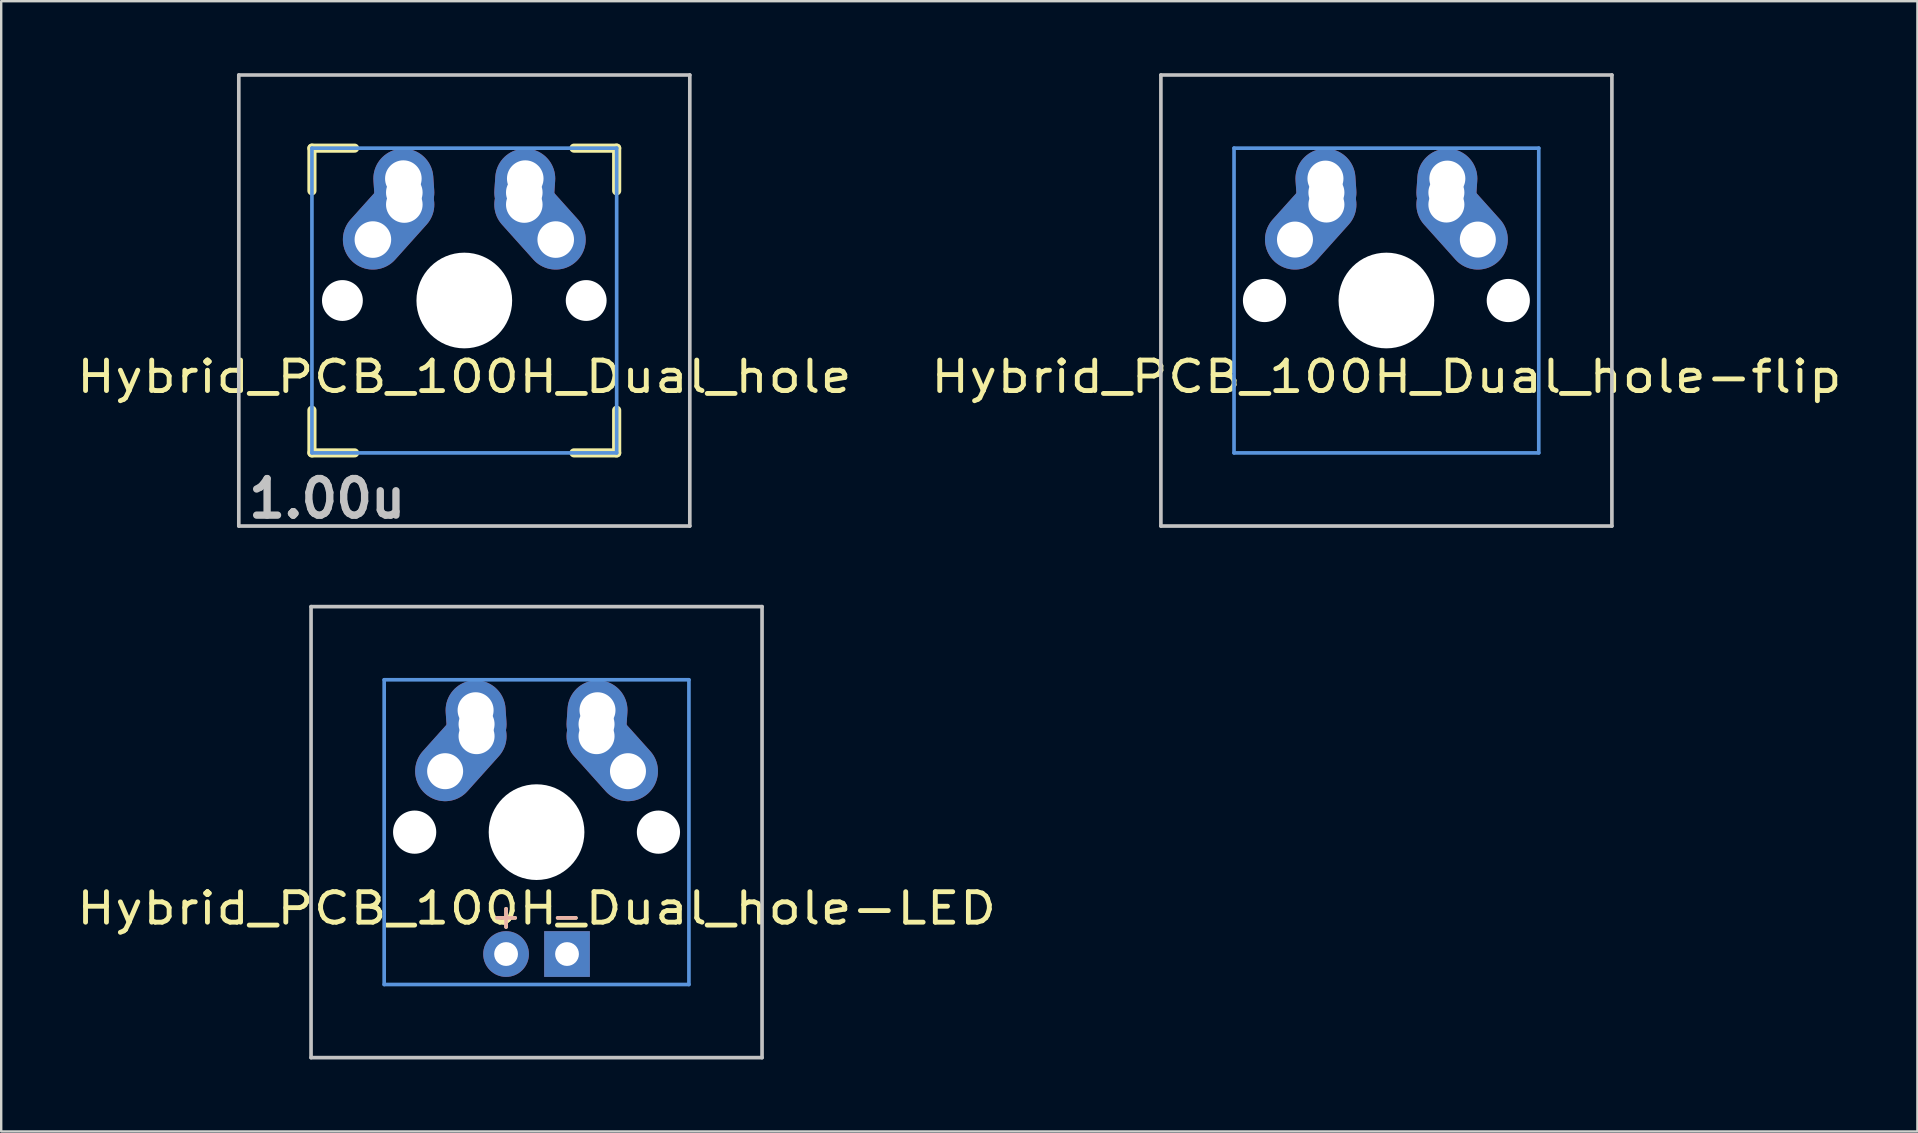
<source format=kicad_pcb>
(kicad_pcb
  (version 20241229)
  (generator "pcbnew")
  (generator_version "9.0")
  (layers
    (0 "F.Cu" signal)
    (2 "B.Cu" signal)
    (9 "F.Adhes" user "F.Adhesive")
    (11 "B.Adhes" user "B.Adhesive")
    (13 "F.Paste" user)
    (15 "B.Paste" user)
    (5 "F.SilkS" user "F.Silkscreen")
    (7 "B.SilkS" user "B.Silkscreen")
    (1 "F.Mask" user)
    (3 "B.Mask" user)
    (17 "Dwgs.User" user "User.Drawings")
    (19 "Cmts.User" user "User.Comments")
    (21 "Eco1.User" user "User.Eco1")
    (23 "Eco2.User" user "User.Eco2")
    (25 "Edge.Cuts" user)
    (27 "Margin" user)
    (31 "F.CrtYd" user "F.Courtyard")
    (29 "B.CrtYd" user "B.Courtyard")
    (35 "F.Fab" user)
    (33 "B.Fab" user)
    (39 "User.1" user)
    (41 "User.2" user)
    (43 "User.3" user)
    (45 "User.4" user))
  (footprint "Hybrid_PCB_100H_Dual_hole-LED"
    (layer "F.Cu")
    (at 19.311 31.63)
    (property "Reference" "Hybrid_PCB_100H_Dual_hole-LED" (at 0 3.175 0) (layer "F.SilkS") (effects (font (size 1.27 1.524) (thickness 0.203))))
    (attr through_hole)
    (fp_line (start -9.398 -9.398) (end 9.398 -9.398) (stroke (width 0.152) (type solid)) (layer "Dwgs.User"))
    (fp_line (start -9.398 9.398) (end -9.398 -9.398) (stroke (width 0.152) (type solid)) (layer "Dwgs.User"))
    (fp_line (start 9.398 -9.398) (end 9.398 9.398) (stroke (width 0.152) (type solid)) (layer "Dwgs.User"))
    (fp_line (start 9.398 9.398) (end -9.398 9.398) (stroke (width 0.152) (type solid)) (layer "Dwgs.User"))
    (fp_line (start -6.35 -6.35) (end 6.35 -6.35) (stroke (width 0.152) (type solid)) (layer "Cmts.User"))
    (fp_line (start -6.35 6.35) (end -6.35 -6.35) (stroke (width 0.152) (type solid)) (layer "Cmts.User"))
    (fp_line (start 6.35 -6.35) (end 6.35 6.35) (stroke (width 0.152) (type solid)) (layer "Cmts.User"))
    (fp_line (start 6.35 6.35) (end -6.35 6.35) (stroke (width 0.152) (type solid)) (layer "Cmts.User"))
    (fp_line (start -6.985 -6.985) (end 6.985 -6.985) (stroke (width 0.152) (type solid)) (layer "Eco2.User"))
    (fp_line (start -6.985 6.985) (end -6.985 -6.985) (stroke (width 0.152) (type solid)) (layer "Eco2.User"))
    (fp_line (start 6.985 -6.985) (end 6.985 6.985) (stroke (width 0.152) (type solid)) (layer "Eco2.User"))
    (fp_line (start 6.985 6.985) (end -6.985 6.985) (stroke (width 0.152) (type solid)) (layer "Eco2.User"))
    (fp_text user "-" (at 1.26 3.5 0) (layer "F.SilkS") (effects (font (size 1 1) (thickness 0.15))))
    (fp_text user "+" (at -1.27 3.5 0) (layer "F.SilkS") (effects (font (size 1 1) (thickness 0.15))))
    (fp_text user "+" (at -1.27 3.5 0) (layer "B.SilkS") (effects (font (size 1 1) (thickness 0.15)) (justify mirror)))
    (fp_text user "-" (at 1.26 3.5 0) (layer "B.SilkS") (effects (font (size 1 1) (thickness 0.15)) (justify mirror)))
    (pad "" np_thru_hole circle (at -5.08 0) (size 1.8 1.8) (drill 1.8) (layers "*.Cu"))
    (pad "" np_thru_hole circle (at 0 0) (size 3.988 3.988) (drill 3.988) (layers "*.Cu"))
    (pad "" np_thru_hole circle (at 5.08 0) (size 1.8 1.8) (drill 1.8) (layers "*.Cu"))
    (pad "1" thru_hole circle (at -3.81 -2.54 330.95) (size 2 2) (drill 1.5) (layers "*.Cu" "*.Mask"))
    (pad "1" smd oval (at -3.155 -3.27 138.1) (size 2.5 4.462) (layers "F.Cu" "F.Mask" "F.Paste"))
    (pad "1" smd oval (at -3.155 -3.27 138.1) (size 2.5 4.462) (layers "B.Cu" "B.Mask" "B.Paste"))
    (pad "1" thru_hole circle (at -2.54 -5.08 330.95) (size 2 2) (drill 1.5) (layers "*.Cu" "*.Mask"))
    (pad "1" smd oval (at -2.52 -4.79 3.945) (size 2.5 3.081) (layers "F.Cu" "F.Mask" "F.Paste"))
    (pad "1" smd oval (at -2.52 -4.79 3.945) (size 2.5 3.081) (layers "B.Cu" "B.Mask" "B.Paste"))
    (pad "1" thru_hole circle (at -2.5 -4.5 330.95) (size 2 2) (drill 1.5) (layers "*.Cu" "*.Mask"))
    (pad "1" thru_hole circle (at -2.5 -4 330.95) (size 2 2) (drill 1.5) (layers "*.Cu" "*.Mask"))
    (pad "2" thru_hole circle (at 2.5 -4.5 330.95) (size 2 2) (drill 1.5) (layers "*.Cu" "*.Mask"))
    (pad "2" thru_hole circle (at 2.5 -4) (size 2 2) (drill 1.5) (layers "*.Cu" "*.Mask"))
    (pad "2" smd oval (at 2.52 -4.79 356.055) (size 2.5 3.081) (layers "F.Cu" "F.Mask" "F.Paste"))
    (pad "2" smd oval (at 2.52 -4.79 356.055) (size 2.5 3.081) (layers "B.Cu" "B.Mask" "B.Paste"))
    (pad "2" thru_hole circle (at 2.54 -5.08 330.95) (size 2 2) (drill 1.5) (layers "*.Cu" "*.Mask"))
    (pad "2" smd oval (at 3.155 -3.27 221.9) (size 2.5 4.462) (layers "F.Cu" "F.Mask" "F.Paste"))
    (pad "2" smd oval (at 3.155 -3.27 221.9) (size 2.5 4.462) (layers "B.Cu" "B.Mask" "B.Paste"))
    (pad "2" thru_hole circle (at 3.81 -2.54 330.95) (size 2 2) (drill 1.5) (layers "*.Cu" "*.Mask"))
    (pad "3" thru_hole circle (at -1.27 5.08) (size 1.905 1.905) (drill 0.991) (layers "*.Cu" "*.Mask"))
    (pad "4" thru_hole rect (at 1.27 5.08) (size 1.905 1.905) (drill 0.991) (layers "*.Cu" "*.Mask")))
  (footprint "Hybrid_PCB_100H_Dual_hole"
    (layer "F.Cu")
    (at 16.3 9.474)
    (property "Reference" "Hybrid_PCB_100H_Dual_hole" (at 0 3.175 0) (layer "F.SilkS") (effects (font (size 1.27 1.524) (thickness 0.203))))
    (attr through_hole)
    (fp_line (start -6.35 -6.35) (end -4.572 -6.35) (stroke (width 0.381) (type solid)) (layer "F.SilkS"))
    (fp_line (start -6.35 -4.572) (end -6.35 -6.35) (stroke (width 0.381) (type solid)) (layer "F.SilkS"))
    (fp_line (start -6.35 6.35) (end -6.35 4.572) (stroke (width 0.381) (type solid)) (layer "F.SilkS"))
    (fp_line (start -4.572 6.35) (end -6.35 6.35) (stroke (width 0.381) (type solid)) (layer "F.SilkS"))
    (fp_line (start 4.572 -6.35) (end 6.35 -6.35) (stroke (width 0.381) (type solid)) (layer "F.SilkS"))
    (fp_line (start 6.35 -6.35) (end 6.35 -4.572) (stroke (width 0.381) (type solid)) (layer "F.SilkS"))
    (fp_line (start 6.35 4.572) (end 6.35 6.35) (stroke (width 0.381) (type solid)) (layer "F.SilkS"))
    (fp_line (start 6.35 6.35) (end 4.572 6.35) (stroke (width 0.381) (type solid)) (layer "F.SilkS"))
    (fp_line (start -9.398 -9.398) (end 9.398 -9.398) (stroke (width 0.152) (type solid)) (layer "Dwgs.User"))
    (fp_line (start -9.398 9.398) (end -9.398 -9.398) (stroke (width 0.152) (type solid)) (layer "Dwgs.User"))
    (fp_line (start 9.398 -9.398) (end 9.398 9.398) (stroke (width 0.152) (type solid)) (layer "Dwgs.User"))
    (fp_line (start 9.398 9.398) (end -9.398 9.398) (stroke (width 0.152) (type solid)) (layer "Dwgs.User"))
    (fp_line (start -6.35 -6.35) (end 6.35 -6.35) (stroke (width 0.152) (type solid)) (layer "Cmts.User"))
    (fp_line (start -6.35 6.35) (end -6.35 -6.35) (stroke (width 0.152) (type solid)) (layer "Cmts.User"))
    (fp_line (start 6.35 -6.35) (end 6.35 6.35) (stroke (width 0.152) (type solid)) (layer "Cmts.User"))
    (fp_line (start 6.35 6.35) (end -6.35 6.35) (stroke (width 0.152) (type solid)) (layer "Cmts.User"))
    (fp_line (start -6.985 -6.985) (end 6.985 -6.985) (stroke (width 0.152) (type solid)) (layer "Eco2.User"))
    (fp_line (start -6.985 6.985) (end -6.985 -6.985) (stroke (width 0.152) (type solid)) (layer "Eco2.User"))
    (fp_line (start 6.985 -6.985) (end 6.985 6.985) (stroke (width 0.152) (type solid)) (layer "Eco2.User"))
    (fp_line (start 6.985 6.985) (end -6.985 6.985) (stroke (width 0.152) (type solid)) (layer "Eco2.User"))
    (fp_text user "1.00u" (at -5.715 8.255 0) (layer "Dwgs.User") (effects (font (size 1.524 1.524) (thickness 0.305))))
    (pad "" np_thru_hole circle (at -5.08 0) (size 1.702 1.702) (drill 1.702) (layers "*.Cu"))
    (pad "" np_thru_hole circle (at 0 0) (size 3.988 3.988) (drill 3.988) (layers "*.Cu"))
    (pad "" np_thru_hole circle (at 5.08 0) (size 1.702 1.702) (drill 1.702) (layers "*.Cu"))
    (pad "1" thru_hole circle (at -3.81 -2.54 330.95) (size 2 2) (drill 1.524) (layers "*.Cu" "*.Mask"))
    (pad "1" thru_hole oval (at -3.155 -3.27 138.1) (size 2.5 4.462) (drill 0.001) (layers "*.Cu" "*.Mask"))
    (pad "1" thru_hole circle (at -2.54 -5.08 330.95) (size 2 2) (drill 1.524) (layers "*.Cu" "*.Mask"))
    (pad "1" thru_hole oval (at -2.52 -4.79 3.945) (size 2.5 3.081) (drill 0.001) (layers "*.Cu" "*.Mask"))
    (pad "1" thru_hole circle (at -2.5 -4.5 330.95) (size 2 2) (drill 1.524) (layers "*.Cu" "*.Mask"))
    (pad "1" thru_hole circle (at -2.5 -4 330.95) (size 2 2) (drill 1.524) (layers "*.Cu" "*.Mask"))
    (pad "2" thru_hole circle (at 2.5 -4.5 330.95) (size 2 2) (drill 1.524) (layers "*.Cu" "*.Mask"))
    (pad "2" thru_hole circle (at 2.5 -4) (size 2 2) (drill 1.524) (layers "*.Cu" "*.Mask"))
    (pad "2" thru_hole oval (at 2.52 -4.79 356.055) (size 2.5 3.081) (drill 0.001) (layers "*.Cu" "*.Mask"))
    (pad "2" thru_hole circle (at 2.54 -5.08 330.95) (size 2 2) (drill 1.524) (layers "*.Cu" "*.Mask"))
    (pad "2" thru_hole oval (at 3.155 -3.27 221.9) (size 2.5 4.462) (drill 0.001) (layers "*.Cu" "*.Mask"))
    (pad "2" thru_hole circle (at 3.81 -2.54 330.95) (size 2 2) (drill 1.524) (layers "*.Cu" "*.Mask")))
  (footprint "Hybrid_PCB_100H_Dual_hole-flip"
    (layer "F.Cu")
    (at 54.729 9.474)
    (property "Reference" "Hybrid_PCB_100H_Dual_hole-flip" (at 0 3.175 0) (layer "F.SilkS") (effects (font (size 1.27 1.524) (thickness 0.203))))
    (attr through_hole)
    (fp_line (start -9.398 -9.398) (end 9.398 -9.398) (stroke (width 0.152) (type solid)) (layer "Dwgs.User"))
    (fp_line (start -9.398 9.398) (end -9.398 -9.398) (stroke (width 0.152) (type solid)) (layer "Dwgs.User"))
    (fp_line (start 9.398 -9.398) (end 9.398 9.398) (stroke (width 0.152) (type solid)) (layer "Dwgs.User"))
    (fp_line (start 9.398 9.398) (end -9.398 9.398) (stroke (width 0.152) (type solid)) (layer "Dwgs.User"))
    (fp_line (start -6.35 -6.35) (end 6.35 -6.35) (stroke (width 0.152) (type solid)) (layer "Cmts.User"))
    (fp_line (start -6.35 6.35) (end -6.35 -6.35) (stroke (width 0.152) (type solid)) (layer "Cmts.User"))
    (fp_line (start 6.35 -6.35) (end 6.35 6.35) (stroke (width 0.152) (type solid)) (layer "Cmts.User"))
    (fp_line (start 6.35 6.35) (end -6.35 6.35) (stroke (width 0.152) (type solid)) (layer "Cmts.User"))
    (fp_line (start -6.985 -6.985) (end 6.985 -6.985) (stroke (width 0.152) (type solid)) (layer "Eco2.User"))
    (fp_line (start -6.985 6.985) (end -6.985 -6.985) (stroke (width 0.152) (type solid)) (layer "Eco2.User"))
    (fp_line (start 6.985 -6.985) (end 6.985 6.985) (stroke (width 0.152) (type solid)) (layer "Eco2.User"))
    (fp_line (start 6.985 6.985) (end -6.985 6.985) (stroke (width 0.152) (type solid)) (layer "Eco2.User"))
    (pad "" np_thru_hole circle (at -5.08 0) (size 1.8 1.8) (drill 1.8) (layers "*.Cu"))
    (pad "" np_thru_hole circle (at 0 0) (size 3.988 3.988) (drill 3.988) (layers "*.Cu"))
    (pad "" np_thru_hole circle (at 5.08 0) (size 1.8 1.8) (drill 1.8) (layers "*.Cu"))
    (pad "1" thru_hole circle (at 2.5 -4.5 330.95) (size 2 2) (drill 1.5) (layers "*.Cu" "*.Mask"))
    (pad "1" thru_hole circle (at 2.5 -4) (size 2 2) (drill 1.5) (layers "*.Cu" "*.Mask"))
    (pad "1" smd oval (at 2.52 -4.79 356.055) (size 2.5 3.081) (layers "F.Cu" "F.Mask" "F.Paste"))
    (pad "1" smd oval (at 2.52 -4.79 356.055) (size 2.5 3.081) (layers "B.Cu" "B.Mask" "B.Paste"))
    (pad "1" thru_hole circle (at 2.54 -5.08 330.95) (size 2 2) (drill 1.5) (layers "*.Cu" "*.Mask"))
    (pad "1" smd oval (at 3.155 -3.27 221.9) (size 2.5 4.462) (layers "F.Cu" "F.Mask" "F.Paste"))
    (pad "1" smd oval (at 3.155 -3.27 221.9) (size 2.5 4.462) (layers "B.Cu" "B.Mask" "B.Paste"))
    (pad "1" thru_hole circle (at 3.81 -2.54 330.95) (size 2 2) (drill 1.5) (layers "*.Cu" "*.Mask"))
    (pad "2" thru_hole circle (at -3.81 -2.54 330.95) (size 2 2) (drill 1.5) (layers "*.Cu" "*.Mask"))
    (pad "2" smd oval (at -3.155 -3.27 138.1) (size 2.5 4.462) (layers "F.Cu" "F.Mask" "F.Paste"))
    (pad "2" smd oval (at -3.155 -3.27 138.1) (size 2.5 4.462) (layers "B.Cu" "B.Mask" "B.Paste"))
    (pad "2" thru_hole circle (at -2.54 -5.08 330.95) (size 2 2) (drill 1.5) (layers "*.Cu" "*.Mask"))
    (pad "2" smd oval (at -2.52 -4.79 3.945) (size 2.5 3.081) (layers "F.Cu" "F.Mask" "F.Paste"))
    (pad "2" smd oval (at -2.52 -4.79 3.945) (size 2.5 3.081) (layers "B.Cu" "B.Mask" "B.Paste"))
    (pad "2" thru_hole circle (at -2.5 -4.5 330.95) (size 2 2) (drill 1.5) (layers "*.Cu" "*.Mask"))
    (pad "2" thru_hole circle (at -2.5 -4 330.95) (size 2 2) (drill 1.5) (layers "*.Cu" "*.Mask")))
  (gr_rect
    (start -3 -3)
    (end 76.859 44.104)
    (stroke (width 0.1) (type default))
    (fill no)
    (layer "Edge.Cuts")))
</source>
